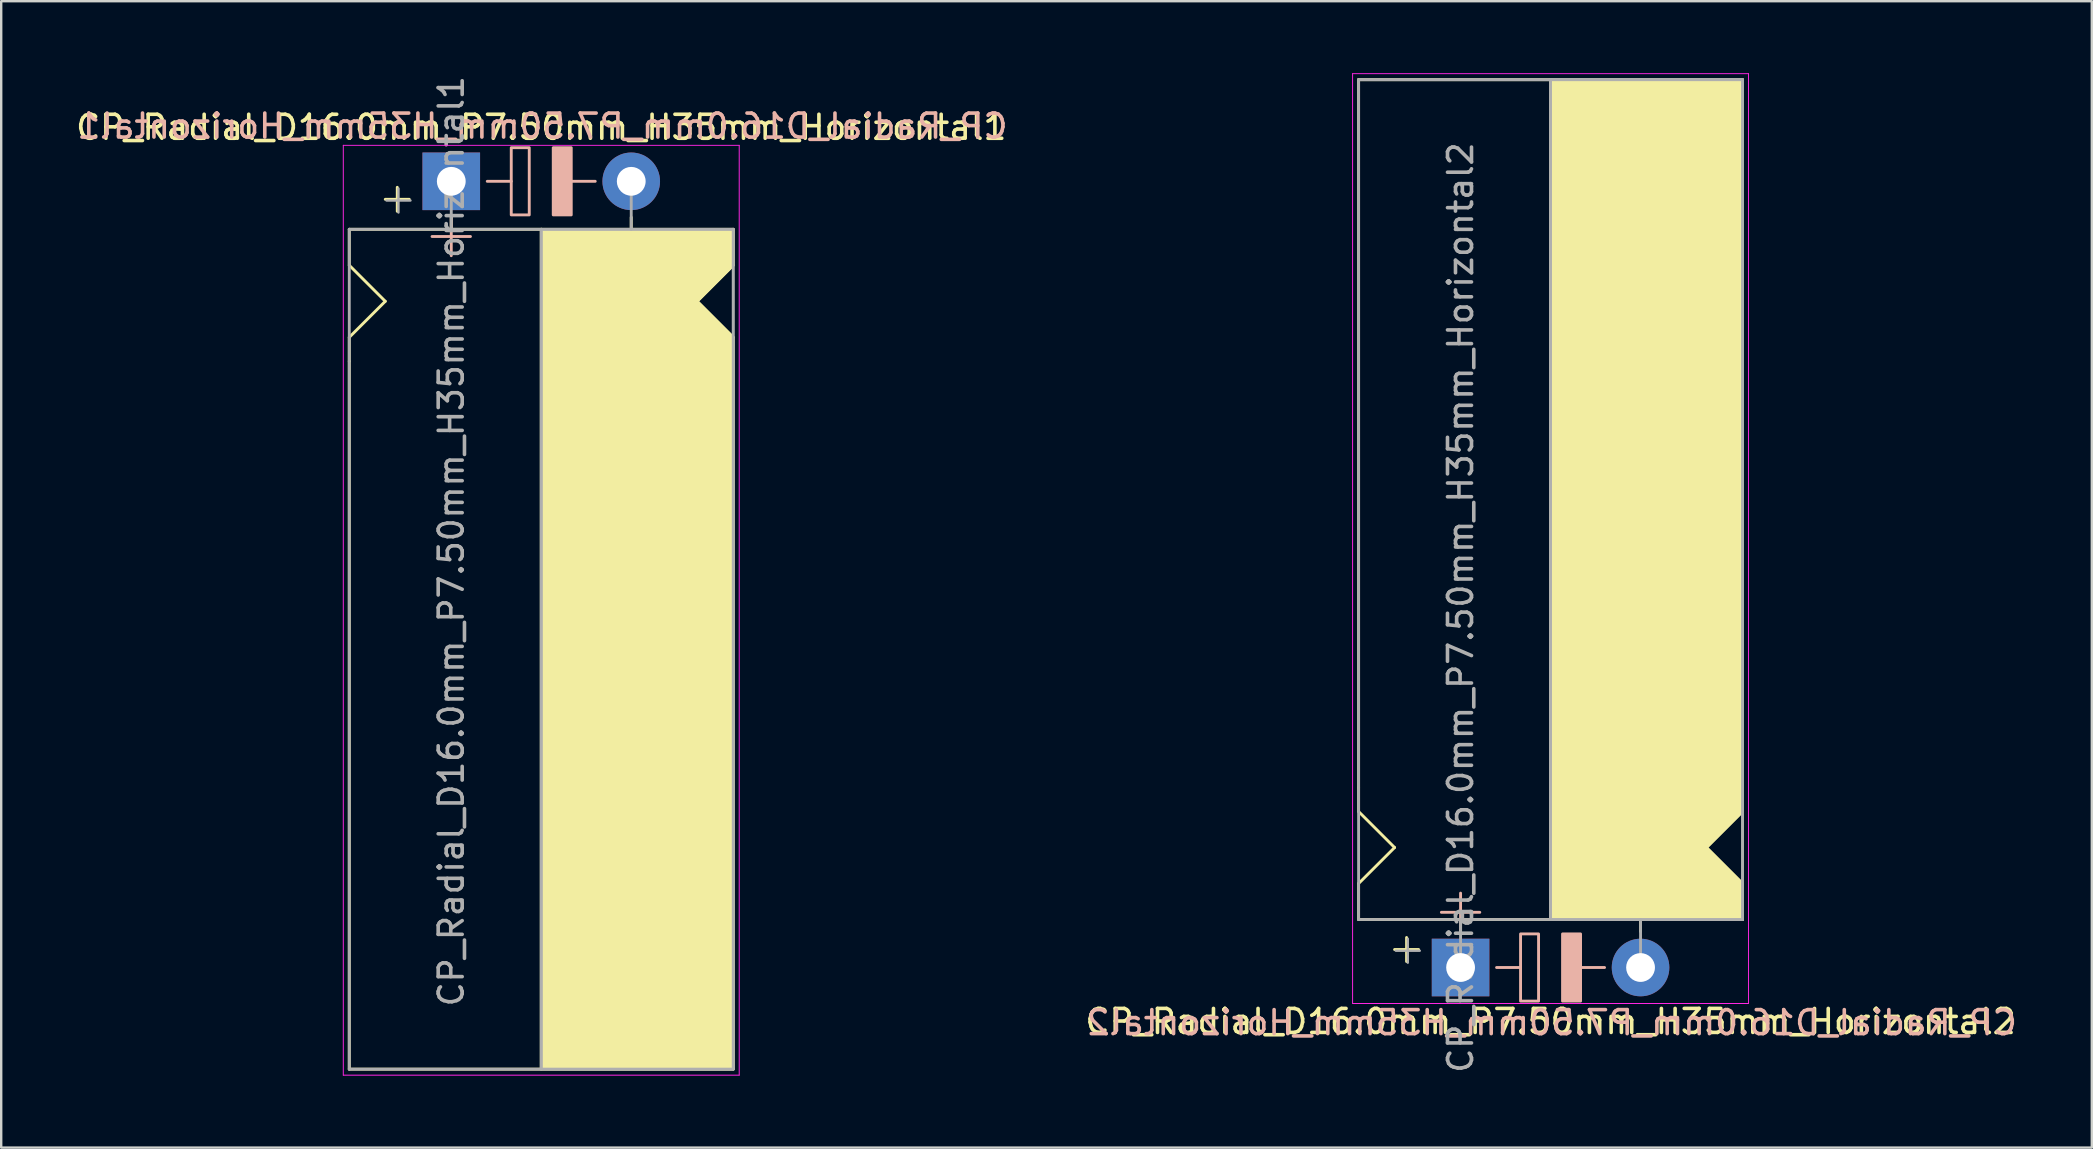
<source format=kicad_pcb>
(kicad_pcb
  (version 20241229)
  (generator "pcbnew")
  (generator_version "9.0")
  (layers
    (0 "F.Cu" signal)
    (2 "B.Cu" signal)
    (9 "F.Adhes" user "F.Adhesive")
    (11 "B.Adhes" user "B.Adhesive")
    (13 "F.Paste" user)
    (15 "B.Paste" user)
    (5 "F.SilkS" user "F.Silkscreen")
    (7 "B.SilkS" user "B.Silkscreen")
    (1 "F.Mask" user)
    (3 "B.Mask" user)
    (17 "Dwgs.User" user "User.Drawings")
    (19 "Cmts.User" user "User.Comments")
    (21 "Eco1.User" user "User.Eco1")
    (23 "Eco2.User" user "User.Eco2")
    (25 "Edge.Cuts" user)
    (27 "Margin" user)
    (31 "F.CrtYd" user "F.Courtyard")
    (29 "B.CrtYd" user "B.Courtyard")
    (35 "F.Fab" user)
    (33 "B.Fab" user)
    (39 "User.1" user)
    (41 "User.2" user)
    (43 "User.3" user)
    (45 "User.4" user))
  (footprint "CP_Radial_D16.0mm_P7.50mm_H35mm_Horizontal1"
    (layer "F.Cu")
    (at 15.756 4.506)
    (property "Reference" "CP_Radial_D16.0mm_P7.50mm_H35mm_Horizontal1" (at 3.75 -2.25 0) (layer "F.SilkS") (effects (font (size 1 1) (thickness 0.15))))
    (fp_line (start -4.25 2) (end -4.25 3.5) (stroke (width 0.12) (type solid)) (layer "F.SilkS"))
    (fp_line (start -4.25 3.5) (end -2.75 5) (stroke (width 0.12) (type solid)) (layer "F.SilkS"))
    (fp_line (start -4.25 6.5) (end -4.25 7.5) (stroke (width 0.12) (type solid)) (layer "F.SilkS"))
    (fp_line (start -4.25 7.5) (end -4.25 37) (stroke (width 0.12) (type solid)) (layer "F.SilkS"))
    (fp_line (start -2.75 5) (end -4.25 6.5) (stroke (width 0.12) (type solid)) (layer "F.SilkS"))
    (fp_line (start -2.25 0.25) (end -2.25 1.25) (stroke (width 0.12) (type solid)) (layer "F.SilkS"))
    (fp_line (start -1.75 0.75) (end -2.75 0.75) (stroke (width 0.12) (type solid)) (layer "F.SilkS"))
    (fp_line (start 0 1.5) (end 0 2) (stroke (width 0.12) (type solid)) (layer "F.SilkS"))
    (fp_line (start 3.75 2) (end -4.25 2) (stroke (width 0.12) (type solid)) (layer "F.SilkS"))
    (fp_line (start 3.75 2) (end 3.75 37) (stroke (width 0.12) (type solid)) (layer "F.SilkS"))
    (fp_line (start 3.75 2) (end 11.75 2) (stroke (width 0.12) (type solid)) (layer "F.SilkS"))
    (fp_line (start 7.5 1.5) (end 7.5 2) (stroke (width 0.12) (type solid)) (layer "F.SilkS"))
    (fp_line (start 10.25 5) (end 11.75 6.5) (stroke (width 0.12) (type solid)) (layer "F.SilkS"))
    (fp_line (start 11.75 2) (end 11.75 3.5) (stroke (width 0.12) (type solid)) (layer "F.SilkS"))
    (fp_line (start 11.75 3.5) (end 10.25 5) (stroke (width 0.12) (type solid)) (layer "F.SilkS"))
    (fp_line (start 11.75 37) (end -4.25 37) (stroke (width 0.12) (type solid)) (layer "F.SilkS"))
    (fp_line (start 11.75 37) (end 11.75 6.5) (stroke (width 0.12) (type solid)) (layer "F.SilkS"))
    (fp_poly (pts (xy 11.75 3.5) (xy 10.25 5) (xy 11.75 6.5) (xy 11.75 37) (xy 3.75 37) (xy 3.75 2) (xy 11.75 2)) (stroke (width 0.1) (type solid)) (fill yes) (layer "F.SilkS"))
    (fp_line (start 0 1.5) (end 0 3.1) (stroke (width 0.12) (type solid)) (layer "B.SilkS"))
    (fp_line (start 0.8 2.3) (end -0.8 2.3) (stroke (width 0.12) (type solid)) (layer "B.SilkS"))
    (fp_line (start 2.5 0) (end 1.5 0) (stroke (width 0.12) (type solid)) (layer "B.SilkS"))
    (fp_line (start 6 0) (end 5 0) (stroke (width 0.12) (type solid)) (layer "B.SilkS"))
    (fp_rect (start 2.5 -1.4) (end 3.25 1.4) (stroke (width 0.12) (type solid)) (fill no) (layer "B.SilkS"))
    (fp_rect (start 4.25 -1.4) (end 5 1.4) (stroke (width 0.12) (type solid)) (fill yes) (layer "B.SilkS"))
    (fp_line (start -4.5 -1.5) (end 12 -1.5) (stroke (width 0.04) (type solid)) (layer "F.CrtYd"))
    (fp_line (start -4.5 37.25) (end -4.5 -1.5) (stroke (width 0.04) (type solid)) (layer "F.CrtYd"))
    (fp_line (start 12 -1.5) (end 12 37.25) (stroke (width 0.04) (type solid)) (layer "F.CrtYd"))
    (fp_line (start 12 37.25) (end -4.5 37.25) (stroke (width 0.04) (type solid)) (layer "F.CrtYd"))
    (fp_line (start -4.25 2) (end -4.25 37) (stroke (width 0.12) (type solid)) (layer "F.Fab"))
    (fp_line (start -4.25 37) (end 11.75 37) (stroke (width 0.12) (type solid)) (layer "F.Fab"))
    (fp_line (start -2.7 0.8) (end -1.7 0.8) (stroke (width 0.1) (type solid)) (layer "F.Fab"))
    (fp_line (start -2.2 1.3) (end -2.2 0.3) (stroke (width 0.1) (type solid)) (layer "F.Fab"))
    (fp_line (start 0 0) (end 0 2) (stroke (width 0.12) (type solid)) (layer "F.Fab"))
    (fp_line (start 0 2) (end -4.25 2) (stroke (width 0.12) (type solid)) (layer "F.Fab"))
    (fp_line (start 3.75 2) (end 3.75 37) (stroke (width 0.12) (type solid)) (layer "F.Fab"))
    (fp_line (start 7.5 0) (end 7.5 2) (stroke (width 0.12) (type solid)) (layer "F.Fab"))
    (fp_line (start 11.75 2) (end 0 2) (stroke (width 0.12) (type solid)) (layer "F.Fab"))
    (fp_line (start 11.75 37) (end 11.75 2) (stroke (width 0.12) (type solid)) (layer "F.Fab"))
    (fp_poly (pts (xy 11.75 37) (xy 3.75 37) (xy 3.75 2) (xy 11.75 2)) (stroke (width 0.1) (type solid)) (fill no) (layer "F.Fab"))
    (fp_text user "${REFERENCE}" (at 3.8 -2.3 0) (layer "B.SilkS") (effects (font (size 1 1) (thickness 0.15)) (justify mirror)))
    (fp_text user "${REFERENCE}" (at 0 15 90) (layer "F.Fab") (effects (font (size 1 1) (thickness 0.15))))
    (pad "1" thru_hole rect (at 0 0) (size 2.4 2.4) (drill 1.2) (layers "*.Cu" "*.Mask"))
    (pad "2" thru_hole circle (at 7.5 0) (size 2.4 2.4) (drill 1.2) (layers "*.Cu" "*.Mask")))
  (footprint "CP_Radial_D16.0mm_P7.50mm_H35mm_Horizontal2"
    (layer "F.Cu")
    (at 57.818 37.27)
    (property "Reference" "CP_Radial_D16.0mm_P7.50mm_H35mm_Horizontal2" (at 3.75 2.25 0) (layer "F.SilkS") (effects (font (size 1 1) (thickness 0.15))))
    (fp_line (start -4.25 -7.5) (end -4.25 -37) (stroke (width 0.12) (type solid)) (layer "F.SilkS"))
    (fp_line (start -4.25 -6.5) (end -4.25 -7.5) (stroke (width 0.12) (type solid)) (layer "F.SilkS"))
    (fp_line (start -4.25 -3.5) (end -2.75 -5) (stroke (width 0.12) (type solid)) (layer "F.SilkS"))
    (fp_line (start -4.25 -2) (end -4.25 -3.5) (stroke (width 0.12) (type solid)) (layer "F.SilkS"))
    (fp_line (start -2.75 -5) (end -4.25 -6.5) (stroke (width 0.12) (type solid)) (layer "F.SilkS"))
    (fp_line (start -2.25 -1.25) (end -2.25 -0.25) (stroke (width 0.12) (type solid)) (layer "F.SilkS"))
    (fp_line (start -1.75 -0.75) (end -2.75 -0.75) (stroke (width 0.12) (type solid)) (layer "F.SilkS"))
    (fp_line (start 0 -1.5) (end 0 -2) (stroke (width 0.12) (type solid)) (layer "F.SilkS"))
    (fp_line (start 3.75 -2) (end -4.25 -2) (stroke (width 0.12) (type solid)) (layer "F.SilkS"))
    (fp_line (start 3.75 -2) (end 3.75 -37) (stroke (width 0.12) (type solid)) (layer "F.SilkS"))
    (fp_line (start 3.75 -2) (end 11.75 -2) (stroke (width 0.12) (type solid)) (layer "F.SilkS"))
    (fp_line (start 7.5 -1.5) (end 7.5 -2) (stroke (width 0.12) (type solid)) (layer "F.SilkS"))
    (fp_line (start 10.25 -5) (end 11.75 -6.5) (stroke (width 0.12) (type solid)) (layer "F.SilkS"))
    (fp_line (start 11.75 -37) (end -4.25 -37) (stroke (width 0.12) (type solid)) (layer "F.SilkS"))
    (fp_line (start 11.75 -37) (end 11.75 -6.5) (stroke (width 0.12) (type solid)) (layer "F.SilkS"))
    (fp_line (start 11.75 -3.5) (end 10.25 -5) (stroke (width 0.12) (type solid)) (layer "F.SilkS"))
    (fp_line (start 11.75 -2) (end 11.75 -3.5) (stroke (width 0.12) (type solid)) (layer "F.SilkS"))
    (fp_poly (pts (xy 11.75 -3.5) (xy 10.25 -5) (xy 11.75 -6.5) (xy 11.75 -37) (xy 3.75 -37) (xy 3.75 -2) (xy 11.75 -2)) (stroke (width 0.1) (type solid)) (fill yes) (layer "F.SilkS"))
    (fp_line (start 0 -3.1) (end 0 -1.5) (stroke (width 0.12) (type solid)) (layer "B.SilkS"))
    (fp_line (start 0.8 -2.3) (end -0.8 -2.3) (stroke (width 0.12) (type solid)) (layer "B.SilkS"))
    (fp_line (start 2.5 0) (end 1.5 0) (stroke (width 0.12) (type solid)) (layer "B.SilkS"))
    (fp_line (start 6 0) (end 5 0) (stroke (width 0.12) (type solid)) (layer "B.SilkS"))
    (fp_rect (start 2.5 -1.4) (end 3.25 1.4) (stroke (width 0.12) (type solid)) (fill no) (layer "B.SilkS"))
    (fp_rect (start 4.25 -1.4) (end 5 1.4) (stroke (width 0.12) (type solid)) (fill yes) (layer "B.SilkS"))
    (fp_line (start -4.5 -37.25) (end -4.5 1.5) (stroke (width 0.04) (type solid)) (layer "F.CrtYd"))
    (fp_line (start -4.5 1.5) (end 12 1.5) (stroke (width 0.04) (type solid)) (layer "F.CrtYd"))
    (fp_line (start 12 -37.25) (end -4.5 -37.25) (stroke (width 0.04) (type solid)) (layer "F.CrtYd"))
    (fp_line (start 12 1.5) (end 12 -37.25) (stroke (width 0.04) (type solid)) (layer "F.CrtYd"))
    (fp_line (start -4.25 -37) (end 11.75 -37) (stroke (width 0.12) (type solid)) (layer "F.Fab"))
    (fp_line (start -4.25 -2) (end -4.25 -37) (stroke (width 0.12) (type solid)) (layer "F.Fab"))
    (fp_line (start -2.7 -0.7) (end -1.7 -0.7) (stroke (width 0.1) (type solid)) (layer "F.Fab"))
    (fp_line (start -2.2 -0.2) (end -2.2 -1.2) (stroke (width 0.1) (type solid)) (layer "F.Fab"))
    (fp_line (start 0 -2) (end -4.25 -2) (stroke (width 0.12) (type solid)) (layer "F.Fab"))
    (fp_line (start 0 0) (end 0 -2) (stroke (width 0.12) (type solid)) (layer "F.Fab"))
    (fp_line (start 3.75 -2) (end 3.75 -37) (stroke (width 0.12) (type solid)) (layer "F.Fab"))
    (fp_line (start 7.5 0) (end 7.5 -2) (stroke (width 0.12) (type solid)) (layer "F.Fab"))
    (fp_line (start 11.75 -37) (end 11.75 -2) (stroke (width 0.12) (type solid)) (layer "F.Fab"))
    (fp_line (start 11.75 -2) (end 0 -2) (stroke (width 0.12) (type solid)) (layer "F.Fab"))
    (fp_poly (pts (xy 11.75 -37) (xy 3.75 -37) (xy 3.75 -2) (xy 11.75 -2)) (stroke (width 0.1) (type solid)) (fill no) (layer "F.Fab"))
    (fp_text user "${REFERENCE}" (at 3.8 2.3 0) (layer "B.SilkS") (effects (font (size 1 1) (thickness 0.15)) (justify mirror)))
    (fp_text user "${REFERENCE}" (at 0 -15 90) (layer "F.Fab") (effects (font (size 1 1) (thickness 0.15))))
    (pad "1" thru_hole rect (at 0 0) (size 2.4 2.4) (drill 1.2) (layers "*.Cu" "*.Mask"))
    (pad "2" thru_hole circle (at 7.5 0) (size 2.4 2.4) (drill 1.2) (layers "*.Cu" "*.Mask")))
  (gr_rect
    (start -3 -3)
    (end 84.124 44.776)
    (stroke (width 0.1) (type default))
    (fill no)
    (layer "Edge.Cuts")))
</source>
